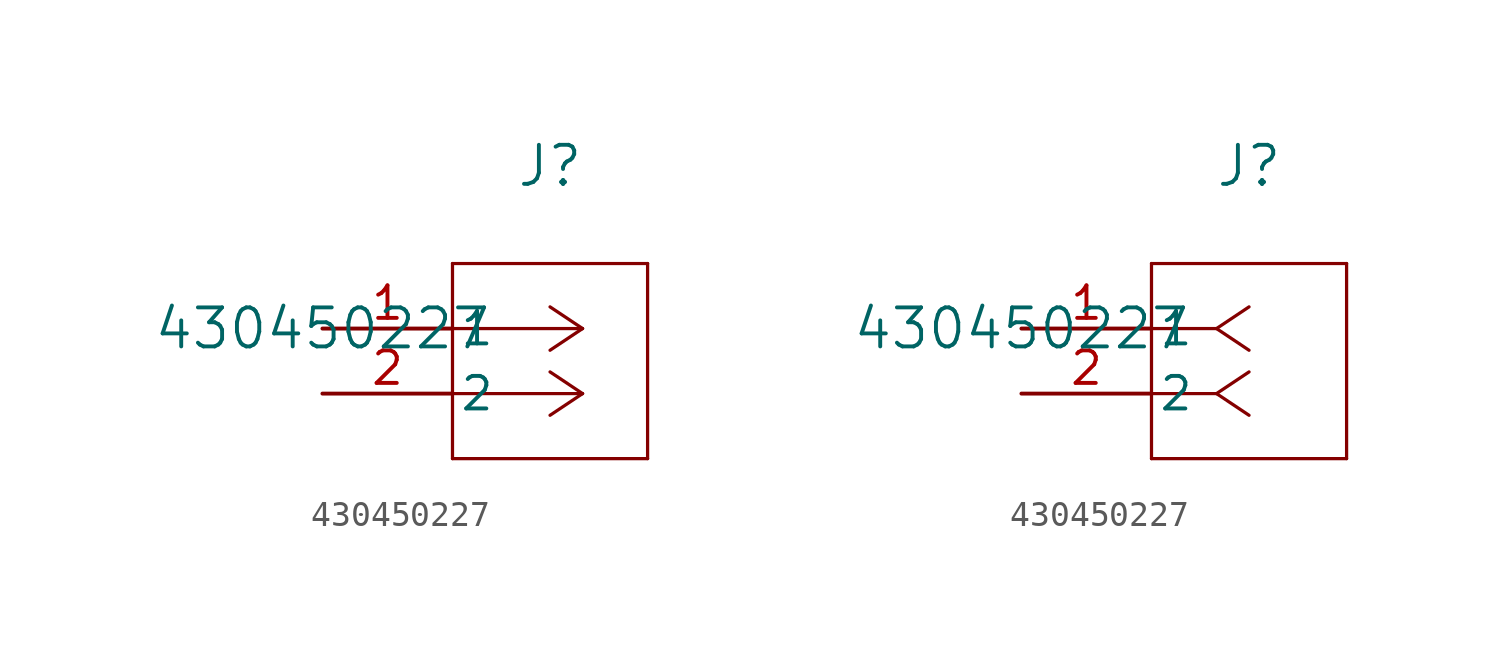
<source format=kicad_sym>
(kicad_symbol_lib
  (version 20211014)
  (generator kicad_symbol_editor)
  (symbol "430450227"
    (pin_names
      (offset 0.254))
    (property "Reference" "J"
      (at 8.89 6.35 0)
      (effects (font (size 1.524 1.524))))
    (property "Value" "430450227"
      (at 0 0 0)
      (effects (font (size 1.524 1.524))))
    (symbol "430450227_1_1"
      (polyline (pts (xy 10.16 0) (xy 5.08 0)) (stroke (width 0.127) (type default) (color 0 0 0 0)) (fill (type none)))
      (polyline (pts (xy 10.16 -2.54) (xy 5.08 -2.54)) (stroke (width 0.127) (type default) (color 0 0 0 0)) (fill (type none)))
      (polyline (pts (xy 10.16 0) (xy 8.89 0.847)) (stroke (width 0.127) (type default) (color 0 0 0 0)) (fill (type none)))
      (polyline (pts (xy 10.16 -2.54) (xy 8.89 -1.693)) (stroke (width 0.127) (type default) (color 0 0 0 0)) (fill (type none)))
      (polyline (pts (xy 10.16 0) (xy 8.89 -0.847)) (stroke (width 0.127) (type default) (color 0 0 0 0)) (fill (type none)))
      (polyline (pts (xy 10.16 -2.54) (xy 8.89 -3.387)) (stroke (width 0.127) (type default) (color 0 0 0 0)) (fill (type none)))
      (polyline (pts (xy 5.08 2.54) (xy 5.08 -5.08)) (stroke (width 0.127) (type default) (color 0 0 0 0)) (fill (type none)))
      (polyline (pts (xy 5.08 -5.08) (xy 12.7 -5.08)) (stroke (width 0.127) (type default) (color 0 0 0 0)) (fill (type none)))
      (polyline (pts (xy 12.7 -5.08) (xy 12.7 2.54)) (stroke (width 0.127) (type default) (color 0 0 0 0)) (fill (type none)))
      (polyline (pts (xy 12.7 2.54) (xy 5.08 2.54)) (stroke (width 0.127) (type default) (color 0 0 0 0)) (fill (type none)))
      (pin unspecified line (at 0 0 0) (length 5.08) (name "1" (effects (font (size 1.27 1.27)))) (number "1" (effects (font (size 1.27 1.27)))))
      (pin unspecified line (at 0 -2.54 0) (length 5.08) (name "2" (effects (font (size 1.27 1.27)))) (number "2" (effects (font (size 1.27 1.27))))))
    (symbol "430450227_1_2"
      (polyline (pts (xy 7.62 0) (xy 5.08 0)) (stroke (width 0.127) (type default) (color 0 0 0 0)) (fill (type none)))
      (polyline (pts (xy 7.62 -2.54) (xy 5.08 -2.54)) (stroke (width 0.127) (type default) (color 0 0 0 0)) (fill (type none)))
      (polyline (pts (xy 7.62 0) (xy 8.89 0.847)) (stroke (width 0.127) (type default) (color 0 0 0 0)) (fill (type none)))
      (polyline (pts (xy 7.62 -2.54) (xy 8.89 -1.693)) (stroke (width 0.127) (type default) (color 0 0 0 0)) (fill (type none)))
      (polyline (pts (xy 7.62 0) (xy 8.89 -0.847)) (stroke (width 0.127) (type default) (color 0 0 0 0)) (fill (type none)))
      (polyline (pts (xy 7.62 -2.54) (xy 8.89 -3.387)) (stroke (width 0.127) (type default) (color 0 0 0 0)) (fill (type none)))
      (polyline (pts (xy 5.08 2.54) (xy 5.08 -5.08)) (stroke (width 0.127) (type default) (color 0 0 0 0)) (fill (type none)))
      (polyline (pts (xy 5.08 -5.08) (xy 12.7 -5.08)) (stroke (width 0.127) (type default) (color 0 0 0 0)) (fill (type none)))
      (polyline (pts (xy 12.7 -5.08) (xy 12.7 2.54)) (stroke (width 0.127) (type default) (color 0 0 0 0)) (fill (type none)))
      (polyline (pts (xy 12.7 2.54) (xy 5.08 2.54)) (stroke (width 0.127) (type default) (color 0 0 0 0)) (fill (type none)))
      (pin unspecified line (at 0 0 0) (length 5.08) (name "1" (effects (font (size 1.27 1.27)))) (number "1" (effects (font (size 1.27 1.27)))))
      (pin unspecified line (at 0 -2.54 0) (length 5.08) (name "2" (effects (font (size 1.27 1.27)))) (number "2" (effects (font (size 1.27 1.27))))))))
</source>
